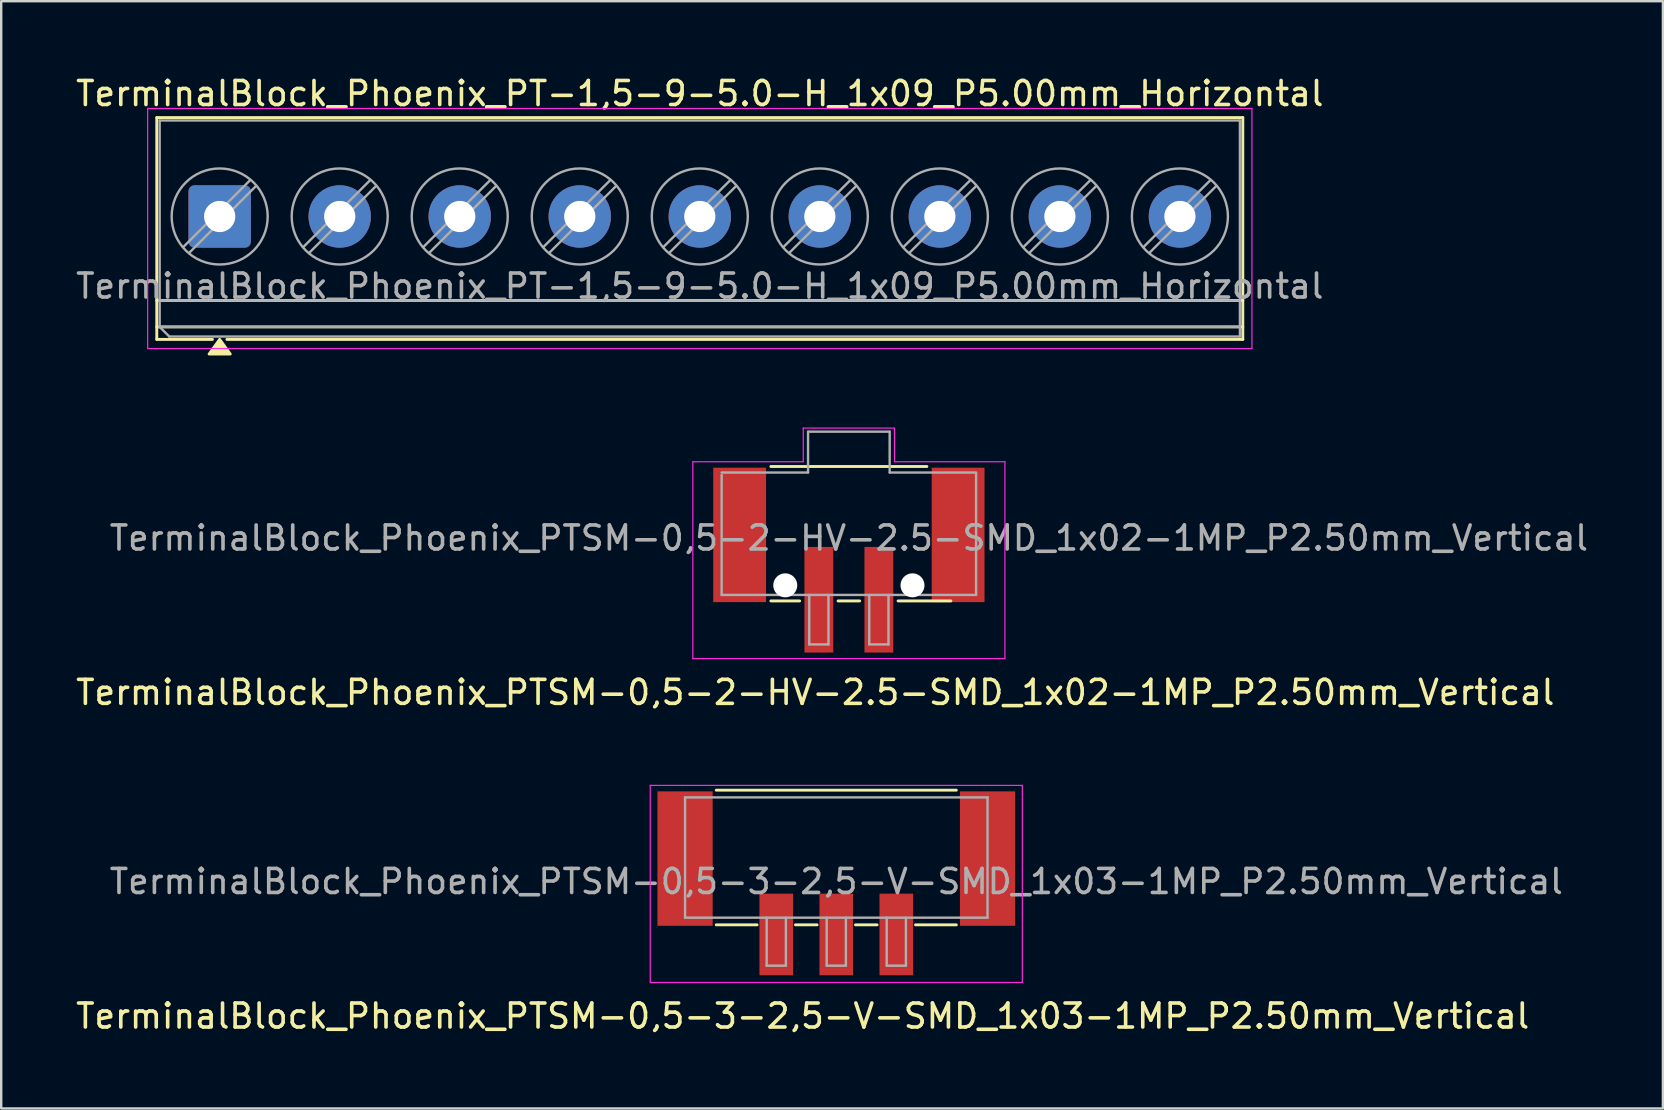
<source format=kicad_pcb>
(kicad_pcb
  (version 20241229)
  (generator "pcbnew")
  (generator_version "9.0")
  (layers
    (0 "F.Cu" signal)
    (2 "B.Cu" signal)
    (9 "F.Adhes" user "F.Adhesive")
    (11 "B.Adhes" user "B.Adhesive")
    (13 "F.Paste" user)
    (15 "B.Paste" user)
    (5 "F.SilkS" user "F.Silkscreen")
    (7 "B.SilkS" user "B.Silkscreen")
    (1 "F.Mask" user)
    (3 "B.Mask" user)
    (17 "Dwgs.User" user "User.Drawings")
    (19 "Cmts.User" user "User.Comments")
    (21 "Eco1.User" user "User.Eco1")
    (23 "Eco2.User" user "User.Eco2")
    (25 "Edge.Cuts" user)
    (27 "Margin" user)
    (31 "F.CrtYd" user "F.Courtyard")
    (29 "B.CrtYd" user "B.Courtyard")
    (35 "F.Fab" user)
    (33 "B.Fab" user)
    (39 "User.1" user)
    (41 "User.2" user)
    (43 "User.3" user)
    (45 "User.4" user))
  (footprint "TerminalBlock_Phoenix_PT-1,5-9-5.0-H_1x09_P5.00mm_Horizontal"
    (layer "F.Cu")
    (at 6.101 5.968)
    (property "Reference" "TerminalBlock_Phoenix_PT-1,5-9-5.0-H_1x09_P5.00mm_Horizontal" (at 20 -5.12 0) (layer "F.SilkS") (effects (font (size 1 1) (thickness 0.15))))
    (attr through_hole)
    (fp_line (start -2.62 -4.12) (end 42.62 -4.12) (stroke (width 0.12) (type solid)) (layer "F.SilkS"))
    (fp_line (start -2.62 3.5) (end 42.62 3.5) (stroke (width 0.12) (type solid)) (layer "F.SilkS"))
    (fp_line (start -2.62 4.6) (end 42.62 4.6) (stroke (width 0.12) (type solid)) (layer "F.SilkS"))
    (fp_line (start -2.62 5.12) (end -2.62 -4.12) (stroke (width 0.12) (type solid)) (layer "F.SilkS"))
    (fp_line (start -0.3 5.12) (end -2.62 5.12) (stroke (width 0.12) (type solid)) (layer "F.SilkS"))
    (fp_line (start 42.62 -4.12) (end 42.62 5.12) (stroke (width 0.12) (type solid)) (layer "F.SilkS"))
    (fp_line (start 42.62 5.12) (end 0.3 5.12) (stroke (width 0.12) (type solid)) (layer "F.SilkS"))
    (fp_poly (pts (xy 0 5.12) (xy 0.44 5.73) (xy -0.44 5.73)) (stroke (width 0.12) (type solid)) (fill yes) (layer "F.SilkS"))
    (fp_line (start -3 -4.5) (end -3 5.5) (stroke (width 0.05) (type solid)) (layer "F.CrtYd"))
    (fp_line (start -3 5.5) (end 43 5.5) (stroke (width 0.05) (type solid)) (layer "F.CrtYd"))
    (fp_line (start 43 -4.5) (end -3 -4.5) (stroke (width 0.05) (type solid)) (layer "F.CrtYd"))
    (fp_line (start 43 5.5) (end 43 -4.5) (stroke (width 0.05) (type solid)) (layer "F.CrtYd"))
    (fp_line (start -2.5 -4) (end 42.5 -4) (stroke (width 0.1) (type solid)) (layer "F.Fab"))
    (fp_line (start -2.5 3.5) (end 42.5 3.5) (stroke (width 0.1) (type solid)) (layer "F.Fab"))
    (fp_line (start -2.5 4.6) (end -2.5 -4) (stroke (width 0.1) (type solid)) (layer "F.Fab"))
    (fp_line (start -2.5 4.6) (end 42.5 4.6) (stroke (width 0.1) (type solid)) (layer "F.Fab"))
    (fp_line (start -2.1 5) (end -2.5 4.6) (stroke (width 0.1) (type solid)) (layer "F.Fab"))
    (fp_line (start 1.273 -1.517) (end -1.517 1.273) (stroke (width 0.1) (type solid)) (layer "F.Fab"))
    (fp_line (start 1.517 -1.273) (end -1.273 1.517) (stroke (width 0.1) (type solid)) (layer "F.Fab"))
    (fp_line (start 6.273 -1.517) (end 3.483 1.273) (stroke (width 0.1) (type solid)) (layer "F.Fab"))
    (fp_line (start 6.517 -1.273) (end 3.727 1.517) (stroke (width 0.1) (type solid)) (layer "F.Fab"))
    (fp_line (start 11.273 -1.517) (end 8.483 1.273) (stroke (width 0.1) (type solid)) (layer "F.Fab"))
    (fp_line (start 11.517 -1.273) (end 8.727 1.517) (stroke (width 0.1) (type solid)) (layer "F.Fab"))
    (fp_line (start 16.273 -1.517) (end 13.483 1.273) (stroke (width 0.1) (type solid)) (layer "F.Fab"))
    (fp_line (start 16.517 -1.273) (end 13.727 1.517) (stroke (width 0.1) (type solid)) (layer "F.Fab"))
    (fp_line (start 21.273 -1.517) (end 18.483 1.273) (stroke (width 0.1) (type solid)) (layer "F.Fab"))
    (fp_line (start 21.517 -1.273) (end 18.727 1.517) (stroke (width 0.1) (type solid)) (layer "F.Fab"))
    (fp_line (start 26.273 -1.517) (end 23.483 1.273) (stroke (width 0.1) (type solid)) (layer "F.Fab"))
    (fp_line (start 26.517 -1.273) (end 23.727 1.517) (stroke (width 0.1) (type solid)) (layer "F.Fab"))
    (fp_line (start 31.273 -1.517) (end 28.483 1.273) (stroke (width 0.1) (type solid)) (layer "F.Fab"))
    (fp_line (start 31.517 -1.273) (end 28.727 1.517) (stroke (width 0.1) (type solid)) (layer "F.Fab"))
    (fp_line (start 36.273 -1.517) (end 33.483 1.273) (stroke (width 0.1) (type solid)) (layer "F.Fab"))
    (fp_line (start 36.517 -1.273) (end 33.727 1.517) (stroke (width 0.1) (type solid)) (layer "F.Fab"))
    (fp_line (start 41.273 -1.517) (end 38.483 1.273) (stroke (width 0.1) (type solid)) (layer "F.Fab"))
    (fp_line (start 41.517 -1.273) (end 38.727 1.517) (stroke (width 0.1) (type solid)) (layer "F.Fab"))
    (fp_line (start 42.5 -4) (end 42.5 5) (stroke (width 0.1) (type solid)) (layer "F.Fab"))
    (fp_line (start 42.5 5) (end -2.1 5) (stroke (width 0.1) (type solid)) (layer "F.Fab"))
    (fp_circle (center 0 0) (end 2 0) (stroke (width 0.1) (type solid)) (fill no) (layer "F.Fab"))
    (fp_circle (center 5 0) (end 7 0) (stroke (width 0.1) (type solid)) (fill no) (layer "F.Fab"))
    (fp_circle (center 10 0) (end 12 0) (stroke (width 0.1) (type solid)) (fill no) (layer "F.Fab"))
    (fp_circle (center 15 0) (end 17 0) (stroke (width 0.1) (type solid)) (fill no) (layer "F.Fab"))
    (fp_circle (center 20 0) (end 22 0) (stroke (width 0.1) (type solid)) (fill no) (layer "F.Fab"))
    (fp_circle (center 25 0) (end 27 0) (stroke (width 0.1) (type solid)) (fill no) (layer "F.Fab"))
    (fp_circle (center 30 0) (end 32 0) (stroke (width 0.1) (type solid)) (fill no) (layer "F.Fab"))
    (fp_circle (center 35 0) (end 37 0) (stroke (width 0.1) (type solid)) (fill no) (layer "F.Fab"))
    (fp_circle (center 40 0) (end 42 0) (stroke (width 0.1) (type solid)) (fill no) (layer "F.Fab"))
    (fp_text user "${REFERENCE}" (at 20 2.9 0) (layer "F.Fab") (effects (font (size 1 1) (thickness 0.15))))
    (pad "1" thru_hole roundrect (at 0 0) (size 2.6 2.6) (drill 1.3) (layers "*.Cu" "*.Mask") (roundrect_rratio 0.096))
    (pad "2" thru_hole circle (at 5 0) (size 2.6 2.6) (drill 1.3) (layers "*.Cu" "*.Mask"))
    (pad "3" thru_hole circle (at 10 0) (size 2.6 2.6) (drill 1.3) (layers "*.Cu" "*.Mask"))
    (pad "4" thru_hole circle (at 15 0) (size 2.6 2.6) (drill 1.3) (layers "*.Cu" "*.Mask"))
    (pad "5" thru_hole circle (at 20 0) (size 2.6 2.6) (drill 1.3) (layers "*.Cu" "*.Mask"))
    (pad "6" thru_hole circle (at 25 0) (size 2.6 2.6) (drill 1.3) (layers "*.Cu" "*.Mask"))
    (pad "7" thru_hole circle (at 30 0) (size 2.6 2.6) (drill 1.3) (layers "*.Cu" "*.Mask"))
    (pad "8" thru_hole circle (at 35 0) (size 2.6 2.6) (drill 1.3) (layers "*.Cu" "*.Mask"))
    (pad "9" thru_hole circle (at 40 0) (size 2.6 2.6) (drill 1.3) (layers "*.Cu" "*.Mask")))
  (footprint "TerminalBlock_Phoenix_PTSM-0,5-2-HV-2.5-SMD_1x02-1MP_P2.50mm_Vertical"
    (layer "F.Cu")
    (at 32.311 20.283)
    (property "Reference" "TerminalBlock_Phoenix_PTSM-0,5-2-HV-2.5-SMD_1x02-1MP_P2.50mm_Vertical" (at -1.4 5.51 0) (layer "F.SilkS") (effects (font (size 1 1) (thickness 0.15))))
    (attr smd)
    (fp_line (start -3.25 -3.9) (end 3.25 -3.9) (stroke (width 0.12) (type solid)) (layer "F.SilkS"))
    (fp_line (start -2.05 1.7) (end -3.25 1.7) (stroke (width 0.12) (type solid)) (layer "F.SilkS"))
    (fp_line (start 0.45 1.7) (end -0.45 1.7) (stroke (width 0.12) (type solid)) (layer "F.SilkS"))
    (fp_line (start 4.25 1.7) (end 2.05 1.7) (stroke (width 0.12) (type solid)) (layer "F.SilkS"))
    (fp_line (start -6.5 -4.1) (end -1.9 -4.1) (stroke (width 0.05) (type solid)) (layer "F.CrtYd"))
    (fp_line (start -6.5 4.1) (end -6.5 -4.1) (stroke (width 0.05) (type solid)) (layer "F.CrtYd"))
    (fp_line (start -1.9 -5.5) (end 1.9 -5.5) (stroke (width 0.05) (type solid)) (layer "F.CrtYd"))
    (fp_line (start -1.9 -4.1) (end -1.9 -5.5) (stroke (width 0.05) (type solid)) (layer "F.CrtYd"))
    (fp_line (start 1.9 -4.1) (end 1.9 -5.5) (stroke (width 0.05) (type solid)) (layer "F.CrtYd"))
    (fp_line (start 6.5 -4.1) (end 1.9 -4.1) (stroke (width 0.05) (type solid)) (layer "F.CrtYd"))
    (fp_line (start 6.5 -4.1) (end 6.5 4.1) (stroke (width 0.05) (type solid)) (layer "F.CrtYd"))
    (fp_line (start 6.5 4.1) (end -6.5 4.1) (stroke (width 0.05) (type solid)) (layer "F.CrtYd"))
    (fp_line (start -5.3 -3.65) (end -1.7 -3.65) (stroke (width 0.1) (type solid)) (layer "F.Fab"))
    (fp_line (start -5.3 1.45) (end -5.3 -3.55) (stroke (width 0.1) (type solid)) (layer "F.Fab"))
    (fp_line (start -1.7 -5.35) (end 1.7 -5.35) (stroke (width 0.1) (type solid)) (layer "F.Fab"))
    (fp_line (start -1.7 -3.65) (end -1.7 -5.35) (stroke (width 0.1) (type solid)) (layer "F.Fab"))
    (fp_line (start -1.65 1.45) (end -1.65 3.51) (stroke (width 0.1) (type solid)) (layer "F.Fab"))
    (fp_line (start -1.65 3.51) (end -0.85 3.51) (stroke (width 0.1) (type solid)) (layer "F.Fab"))
    (fp_line (start -0.85 1.45) (end -0.85 3.51) (stroke (width 0.1) (type solid)) (layer "F.Fab"))
    (fp_line (start 0.85 1.45) (end 0.85 3.51) (stroke (width 0.1) (type solid)) (layer "F.Fab"))
    (fp_line (start 0.85 3.51) (end 1.65 3.51) (stroke (width 0.1) (type solid)) (layer "F.Fab"))
    (fp_line (start 1.65 1.45) (end 1.65 3.51) (stroke (width 0.1) (type solid)) (layer "F.Fab"))
    (fp_line (start 1.7 -5.35) (end 1.7 -3.65) (stroke (width 0.1) (type solid)) (layer "F.Fab"))
    (fp_line (start 1.7 -3.65) (end 5.3 -3.65) (stroke (width 0.1) (type solid)) (layer "F.Fab"))
    (fp_line (start 5.3 1.45) (end -5.3 1.45) (stroke (width 0.1) (type solid)) (layer "F.Fab"))
    (fp_line (start 5.3 1.45) (end 5.3 -3.6) (stroke (width 0.1) (type solid)) (layer "F.Fab"))
    (fp_text user "${REFERENCE}" (at 0 -0.92 0) (layer "F.Fab") (effects (font (size 1 1) (thickness 0.15))))
    (pad "" np_thru_hole circle (at -2.65 1.05) (size 1 1) (drill 1) (layers "*.Cu" "*.Mask"))
    (pad "" np_thru_hole circle (at 2.65 1.05) (size 1 1) (drill 1) (layers "*.Cu" "*.Mask"))
    (pad "1" smd rect (at -1.25 1.65 180) (size 1.2 4.4) (layers "F.Cu" "F.Mask" "F.Paste"))
    (pad "2" smd rect (at 1.25 1.65 180) (size 1.2 4.4) (layers "F.Cu" "F.Mask" "F.Paste"))
    (pad "MP" smd rect (at -4.55 -1.05 180) (size 2.2 5.6) (layers "F.Cu" "F.Mask" "F.Paste"))
    (pad "MP" smd rect (at 4.55 -1.05 180) (size 2.2 5.6) (layers "F.Cu" "F.Mask" "F.Paste")))
  (footprint "TerminalBlock_Phoenix_PTSM-0,5-3-2,5-V-SMD_1x03-1MP_P2.50mm_Vertical"
    (layer "F.Cu")
    (at 31.787 33.746)
    (property "Reference" "TerminalBlock_Phoenix_PTSM-0,5-3-2,5-V-SMD_1x03-1MP_P2.50mm_Vertical" (at -1.4 5.53 0) (layer "F.SilkS") (effects (font (size 1 1) (thickness 0.15))))
    (attr smd)
    (fp_line (start -5 -3.88) (end 5 -3.88) (stroke (width 0.12) (type solid)) (layer "F.SilkS"))
    (fp_line (start -3.3 1.73) (end -5 1.73) (stroke (width 0.12) (type solid)) (layer "F.SilkS"))
    (fp_line (start -0.8 1.73) (end -1.7 1.73) (stroke (width 0.12) (type solid)) (layer "F.SilkS"))
    (fp_line (start 1.7 1.73) (end 0.8 1.73) (stroke (width 0.12) (type solid)) (layer "F.SilkS"))
    (fp_line (start 5 1.73) (end 3.3 1.73) (stroke (width 0.12) (type solid)) (layer "F.SilkS"))
    (fp_line (start -7.75 -4.08) (end 7.75 -4.08) (stroke (width 0.05) (type solid)) (layer "F.CrtYd"))
    (fp_line (start -7.75 4.13) (end -7.75 -4.08) (stroke (width 0.05) (type solid)) (layer "F.CrtYd"))
    (fp_line (start 7.75 -4.08) (end 7.75 4.13) (stroke (width 0.05) (type solid)) (layer "F.CrtYd"))
    (fp_line (start 7.75 4.13) (end -7.75 4.13) (stroke (width 0.05) (type solid)) (layer "F.CrtYd"))
    (fp_line (start -6.3 -3.58) (end 6.3 -3.58) (stroke (width 0.1) (type solid)) (layer "F.Fab"))
    (fp_line (start -6.3 1.43) (end -6.3 -3.58) (stroke (width 0.1) (type solid)) (layer "F.Fab"))
    (fp_line (start -2.9 1.43) (end -2.9 3.43) (stroke (width 0.1) (type solid)) (layer "F.Fab"))
    (fp_line (start -2.9 3.43) (end -2.1 3.43) (stroke (width 0.1) (type solid)) (layer "F.Fab"))
    (fp_line (start -2.1 1.43) (end -2.1 3.43) (stroke (width 0.1) (type solid)) (layer "F.Fab"))
    (fp_line (start -0.4 1.43) (end -0.4 3.43) (stroke (width 0.1) (type solid)) (layer "F.Fab"))
    (fp_line (start -0.4 3.43) (end 0.4 3.43) (stroke (width 0.1) (type solid)) (layer "F.Fab"))
    (fp_line (start 0.4 1.43) (end 0.4 3.43) (stroke (width 0.1) (type solid)) (layer "F.Fab"))
    (fp_line (start 2.1 1.43) (end 2.1 3.43) (stroke (width 0.1) (type solid)) (layer "F.Fab"))
    (fp_line (start 2.1 3.43) (end 2.9 3.43) (stroke (width 0.1) (type solid)) (layer "F.Fab"))
    (fp_line (start 2.9 1.43) (end 2.9 3.43) (stroke (width 0.1) (type solid)) (layer "F.Fab"))
    (fp_line (start 6.3 1.43) (end -6.3 1.43) (stroke (width 0.1) (type solid)) (layer "F.Fab"))
    (fp_line (start 6.3 1.43) (end 6.3 -3.58) (stroke (width 0.1) (type solid)) (layer "F.Fab"))
    (fp_text user "${REFERENCE}" (at 0 -0.075 0) (layer "F.Fab") (effects (font (size 1 1) (thickness 0.15))))
    (pad "1" smd rect (at -2.5 2.13 180) (size 1.4 3.4) (layers "F.Cu" "F.Mask" "F.Paste"))
    (pad "2" smd rect (at 0 2.13 180) (size 1.4 3.4) (layers "F.Cu" "F.Mask" "F.Paste"))
    (pad "3" smd rect (at 2.5 2.13 180) (size 1.4 3.4) (layers "F.Cu" "F.Mask" "F.Paste"))
    (pad "MP" smd rect (at -6.3 -1.03 180) (size 2.3 5.6) (layers "F.Cu" "F.Mask" "F.Paste"))
    (pad "MP" smd rect (at 6.3 -1.03 180) (size 2.3 5.6) (layers "F.Cu" "F.Mask" "F.Paste")))
  (gr_rect
    (start -3 -3)
    (end 66.221 43.125)
    (stroke (width 0.1) (type default))
    (fill no)
    (layer "Edge.Cuts")))
</source>
